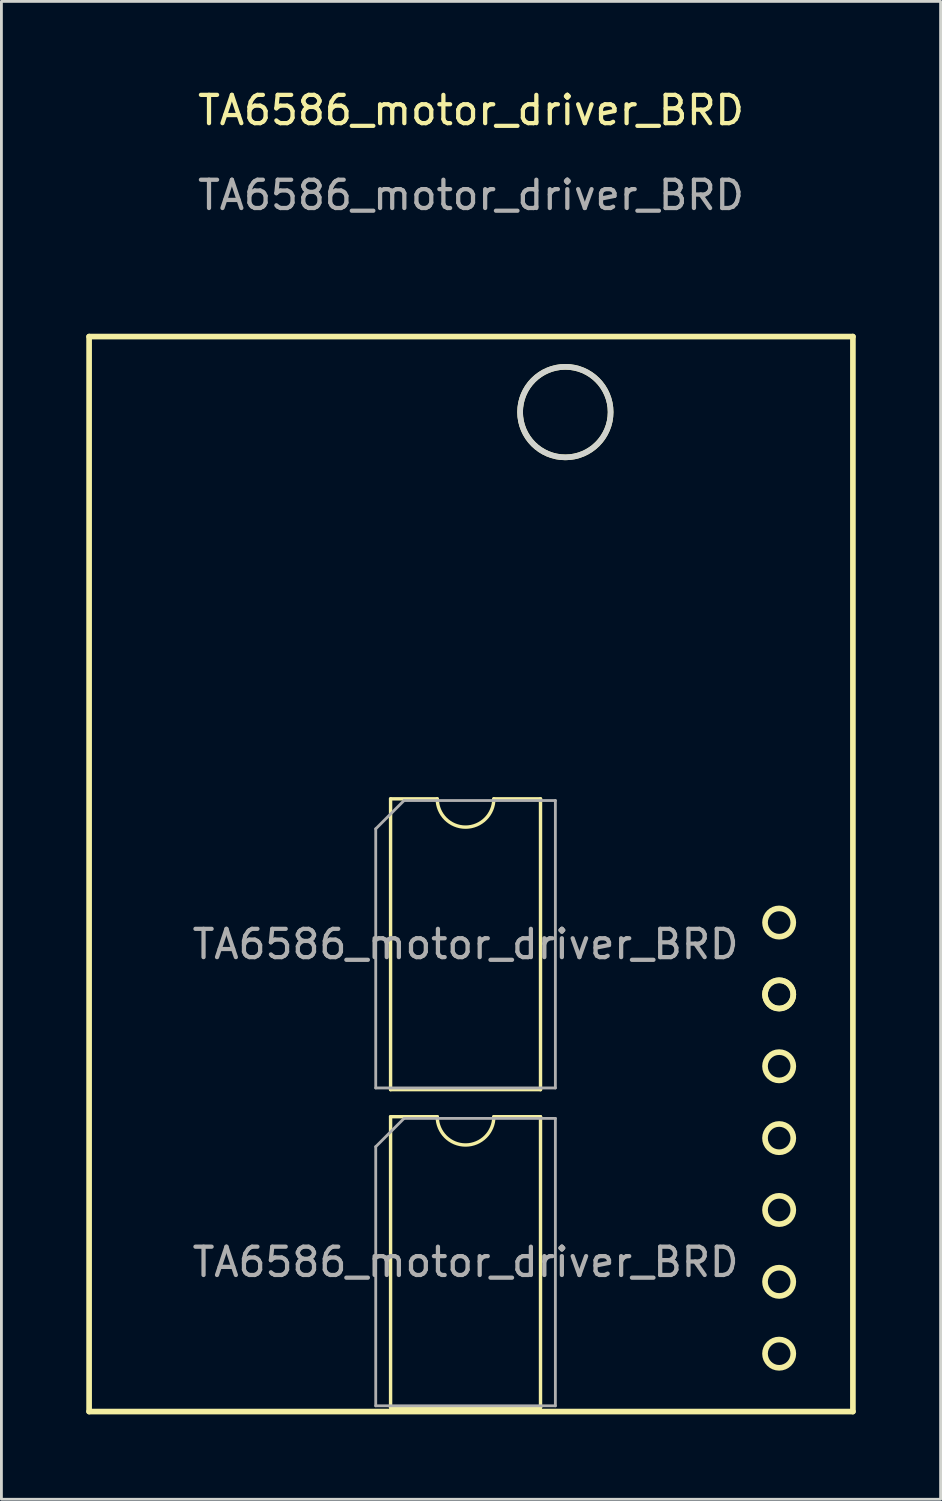
<source format=kicad_pcb>
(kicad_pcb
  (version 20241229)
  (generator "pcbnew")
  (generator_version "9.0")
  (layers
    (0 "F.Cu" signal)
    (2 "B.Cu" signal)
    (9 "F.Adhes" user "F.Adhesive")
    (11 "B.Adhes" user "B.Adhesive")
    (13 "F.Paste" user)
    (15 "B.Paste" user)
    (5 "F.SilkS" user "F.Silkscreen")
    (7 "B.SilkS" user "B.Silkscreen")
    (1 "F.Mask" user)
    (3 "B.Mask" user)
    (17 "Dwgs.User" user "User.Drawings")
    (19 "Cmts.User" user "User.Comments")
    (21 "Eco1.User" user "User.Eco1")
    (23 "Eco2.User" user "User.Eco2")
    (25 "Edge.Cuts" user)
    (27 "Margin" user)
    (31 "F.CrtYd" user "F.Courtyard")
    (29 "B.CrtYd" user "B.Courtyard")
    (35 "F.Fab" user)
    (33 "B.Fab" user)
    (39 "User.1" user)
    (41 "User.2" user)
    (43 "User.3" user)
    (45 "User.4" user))
  (footprint "TA6586_motor_driver_BRD"
    (layer "F.Cu")
    (at 13.6 27.848)
    (property "Reference" "TA6586_motor_driver_BRD" (at 0 -27 0) (unlocked yes) (layer "F.SilkS") (effects (font (size 1 1) (thickness 0.15))))
    (attr through_hole)
    (fp_line (start -13.5 -19) (end 13.5 -19) (stroke (width 0.2) (type solid)) (layer "F.SilkS"))
    (fp_line (start -13.5 19) (end -13.5 -19) (stroke (width 0.2) (type solid)) (layer "F.SilkS"))
    (fp_line (start -2.843 -2.659) (end -2.843 7.621) (stroke (width 0.12) (type solid)) (layer "F.SilkS"))
    (fp_line (start -2.843 7.621) (end 2.457 7.621) (stroke (width 0.12) (type solid)) (layer "F.SilkS"))
    (fp_line (start -2.843 8.577) (end -2.843 18.857) (stroke (width 0.12) (type solid)) (layer "F.SilkS"))
    (fp_line (start -2.843 18.857) (end 2.457 18.857) (stroke (width 0.12) (type solid)) (layer "F.SilkS"))
    (fp_line (start -1.193 -2.659) (end -2.843 -2.659) (stroke (width 0.12) (type solid)) (layer "F.SilkS"))
    (fp_line (start -1.193 8.577) (end -2.843 8.577) (stroke (width 0.12) (type solid)) (layer "F.SilkS"))
    (fp_line (start 2.457 -2.659) (end 0.807 -2.659) (stroke (width 0.12) (type solid)) (layer "F.SilkS"))
    (fp_line (start 2.457 7.621) (end 2.457 -2.659) (stroke (width 0.12) (type solid)) (layer "F.SilkS"))
    (fp_line (start 2.457 8.577) (end 0.807 8.577) (stroke (width 0.12) (type solid)) (layer "F.SilkS"))
    (fp_line (start 2.457 18.857) (end 2.457 8.577) (stroke (width 0.12) (type solid)) (layer "F.SilkS"))
    (fp_line (start 13.5 -19) (end 13.5 19) (stroke (width 0.2) (type solid)) (layer "F.SilkS"))
    (fp_line (start 13.5 19) (end -13.5 19) (stroke (width 0.2) (type solid)) (layer "F.SilkS"))
    (fp_arc (start 0.806627 -2.659322) (mid -0.193373 -1.659322) (end -1.193373 -2.659322) (stroke (width 0.12) (type solid)) (layer "F.SilkS"))
    (fp_arc (start 0.806627 8.577473) (mid -0.193373 9.577473) (end -1.193373 8.577473) (stroke (width 0.12) (type solid)) (layer "F.SilkS"))
    (fp_circle (center 3.335 -16.331) (end 4.935 -16.331) (stroke (width 0.2) (type solid)) (fill no) (layer "F.SilkS"))
    (fp_circle (center 10.893 1.714) (end 11.393 1.714) (stroke (width 0.2) (type solid)) (fill no) (layer "F.SilkS"))
    (fp_circle (center 10.893 4.254) (end 11.393 4.254) (stroke (width 0.2) (type solid)) (fill no) (layer "F.SilkS"))
    (fp_circle (center 10.893 4.254) (end 11.393 4.254) (stroke (width 0.2) (type solid)) (fill no) (layer "F.SilkS"))
    (fp_circle (center 10.893 6.794) (end 11.393 6.794) (stroke (width 0.2) (type solid)) (fill no) (layer "F.SilkS"))
    (fp_circle (center 10.893 9.334) (end 11.393 9.334) (stroke (width 0.2) (type solid)) (fill no) (layer "F.SilkS"))
    (fp_circle (center 10.893 11.874) (end 11.393 11.874) (stroke (width 0.2) (type solid)) (fill no) (layer "F.SilkS"))
    (fp_circle (center 10.893 14.414) (end 11.393 14.414) (stroke (width 0.2) (type solid)) (fill no) (layer "F.SilkS"))
    (fp_circle (center 10.893 16.954) (end 11.393 16.954) (stroke (width 0.2) (type solid)) (fill no) (layer "F.SilkS"))
    (fp_circle (center 3.335 -16.331) (end 4.935 -16.331) (stroke (width 0.2) (type solid)) (fill no) (layer "Edge.Cuts"))
    (fp_line (start -3.368 -1.599) (end -2.368 -2.599) (stroke (width 0.1) (type solid)) (layer "F.Fab"))
    (fp_line (start -3.368 7.561) (end -3.368 -1.599) (stroke (width 0.1) (type solid)) (layer "F.Fab"))
    (fp_line (start -3.368 9.637) (end -2.368 8.637) (stroke (width 0.1) (type solid)) (layer "F.Fab"))
    (fp_line (start -3.368 18.797) (end -3.368 9.637) (stroke (width 0.1) (type solid)) (layer "F.Fab"))
    (fp_line (start -2.368 -2.599) (end 2.982 -2.599) (stroke (width 0.1) (type solid)) (layer "F.Fab"))
    (fp_line (start -2.368 8.637) (end 2.982 8.637) (stroke (width 0.1) (type solid)) (layer "F.Fab"))
    (fp_line (start 2.982 -2.599) (end 2.982 7.561) (stroke (width 0.1) (type solid)) (layer "F.Fab"))
    (fp_line (start 2.982 7.561) (end -3.368 7.561) (stroke (width 0.1) (type solid)) (layer "F.Fab"))
    (fp_line (start 2.982 8.637) (end 2.982 18.797) (stroke (width 0.1) (type solid)) (layer "F.Fab"))
    (fp_line (start 2.982 18.797) (end -3.368 18.797) (stroke (width 0.1) (type solid)) (layer "F.Fab"))
    (fp_text user "${REFERENCE}" (at 0 -24 0) (unlocked yes) (layer "F.Fab") (effects (font (size 1 1) (thickness 0.15))))
    (fp_text user "${REFERENCE}" (at -0.193 2.481 0) (layer "F.Fab") (effects (font (size 1 1) (thickness 0.15))))
    (fp_text user "${REFERENCE}" (at -0.193 13.717 0) (layer "F.Fab") (effects (font (size 1 1) (thickness 0.15)))))
  (gr_rect
    (start -3 -3)
    (end 30.2 49.948)
    (stroke (width 0.1) (type default))
    (fill no)
    (layer "Edge.Cuts")))
</source>
